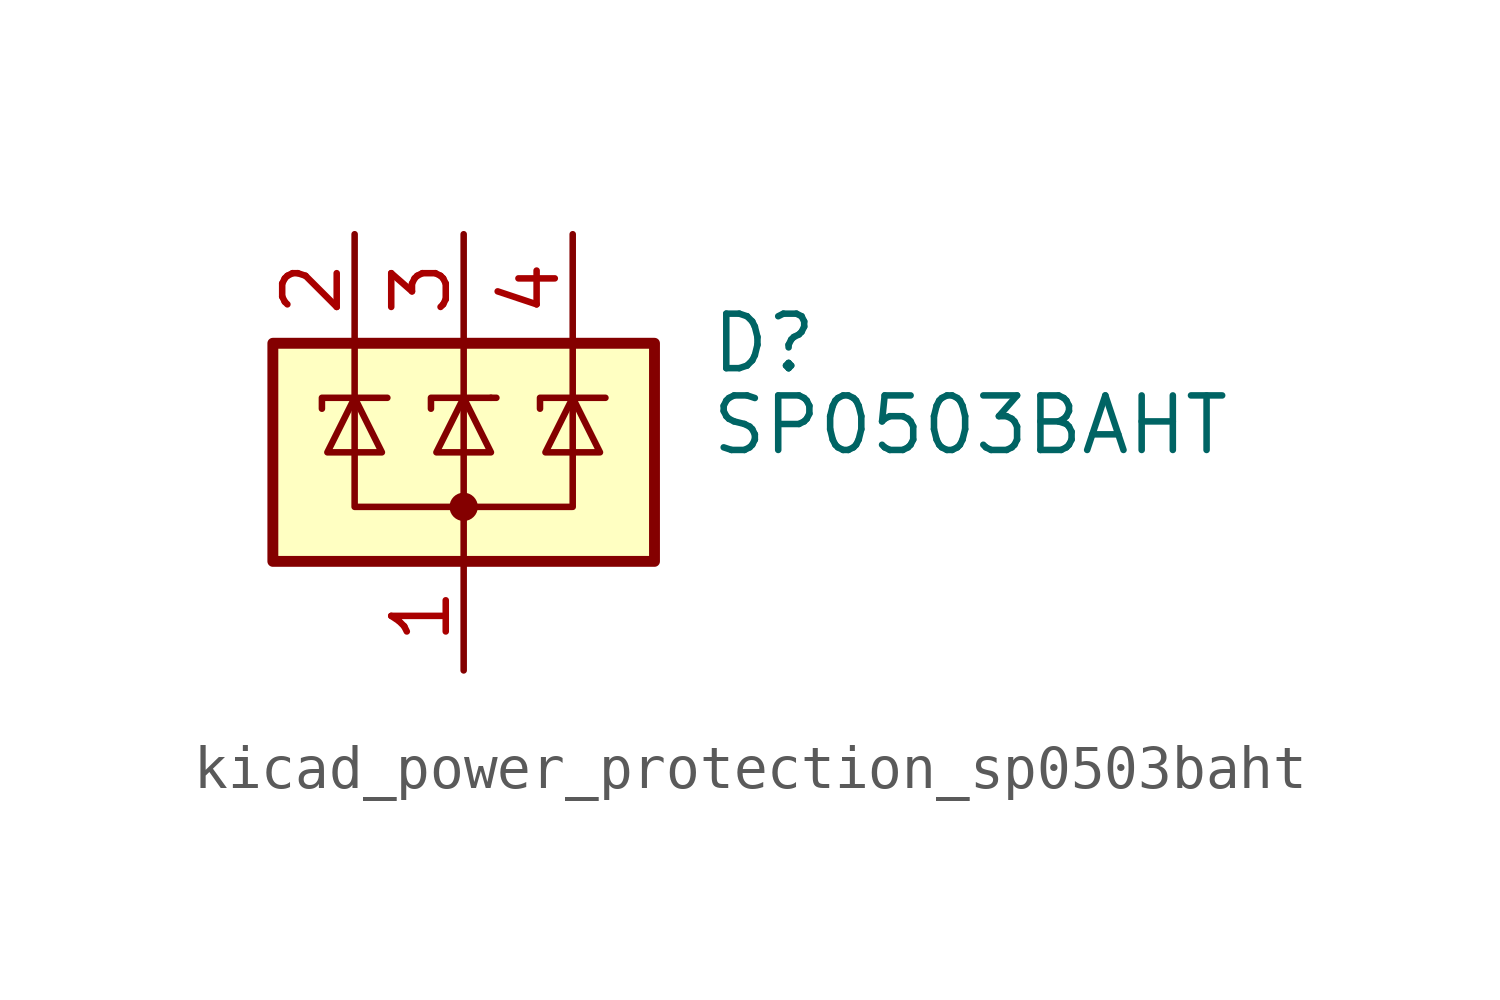
<source format=kicad_sym>
(kicad_symbol_lib
  (version 20220914)
  (generator kicad_symbol_editor)
  (symbol "kicad_power_protection_sp0503baht"
    (pin_names hide)
    (property "Reference" "D"
      (at 5.715 2.54 0)
      (effects (font (size 1.27 1.27)) (justify left)))
    (property "Value" "SP0503BAHT"
      (at 5.715 0.635 0)
      (effects (font (size 1.27 1.27)) (justify left)))
    (symbol "kicad_power_protection_sp0503baht_0_0"
      (pin passive line (at 0 -5.08 90) (length 2.54) (name "A" (effects (font (size 1.27 1.27)))) (number "1" (effects (font (size 1.27 1.27))))))
    (symbol "kicad_power_protection_sp0503baht_0_1"
      (rectangle (start -4.445 2.54) (end 4.445 -2.54) (stroke (width 0.254) (type default)) (fill (type background)))
      (circle (center 0 -1.27) (radius 0.254) (stroke (width 0) (type default)) (fill (type outline)))
      (polyline (pts (xy -2.54 2.54) (xy -2.54 1.27)) (stroke (width 0) (type default)) (fill (type none)))
      (polyline (pts (xy 0 -1.27) (xy 0 -2.54)) (stroke (width 0) (type default)) (fill (type none)))
      (polyline (pts (xy 0 -1.27) (xy 0 1.27)) (stroke (width 0) (type default)) (fill (type none)))
      (polyline (pts (xy 0 2.54) (xy 0 1.27)) (stroke (width 0) (type default)) (fill (type none)))
      (polyline (pts (xy 0.635 1.27) (xy 0.762 1.27)) (stroke (width 0) (type default)) (fill (type none)))
      (polyline (pts (xy 2.54 2.54) (xy 2.54 1.27)) (stroke (width 0) (type default)) (fill (type none)))
      (polyline (pts (xy 0.635 1.27) (xy -0.762 1.27) (xy -0.762 1.016)) (stroke (width 0) (type default)) (fill (type none)))
      (polyline (pts (xy -3.302 1.016) (xy -3.302 1.27) (xy -1.905 1.27) (xy -1.778 1.27)) (stroke (width 0) (type default)) (fill (type none)))
      (polyline (pts (xy -2.54 1.27) (xy -2.54 -1.27) (xy 2.54 -1.27) (xy 2.54 1.27)) (stroke (width 0) (type default)) (fill (type none)))
      (polyline (pts (xy -2.54 1.27) (xy -1.905 0) (xy -3.175 0) (xy -2.54 1.27)) (stroke (width 0) (type default)) (fill (type none)))
      (polyline (pts (xy 0.635 0) (xy -0.635 0) (xy 0 1.27) (xy 0.635 0)) (stroke (width 0) (type default)) (fill (type none)))
      (polyline (pts (xy 1.778 1.016) (xy 1.778 1.27) (xy 3.175 1.27) (xy 3.302 1.27)) (stroke (width 0) (type default)) (fill (type none)))
      (polyline (pts (xy 2.54 1.27) (xy 1.905 0) (xy 3.175 0) (xy 2.54 1.27)) (stroke (width 0) (type default)) (fill (type none))))
    (symbol "kicad_power_protection_sp0503baht_1_1"
      (pin passive line (at -2.54 5.08 270) (length 2.54) (name "K" (effects (font (size 1.27 1.27)))) (number "2" (effects (font (size 1.27 1.27)))))
      (pin passive line (at 0 5.08 270) (length 2.54) (name "K" (effects (font (size 1.27 1.27)))) (number "3" (effects (font (size 1.27 1.27)))))
      (pin passive line (at 2.54 5.08 270) (length 2.54) (name "K" (effects (font (size 1.27 1.27)))) (number "4" (effects (font (size 1.27 1.27))))))))
</source>
